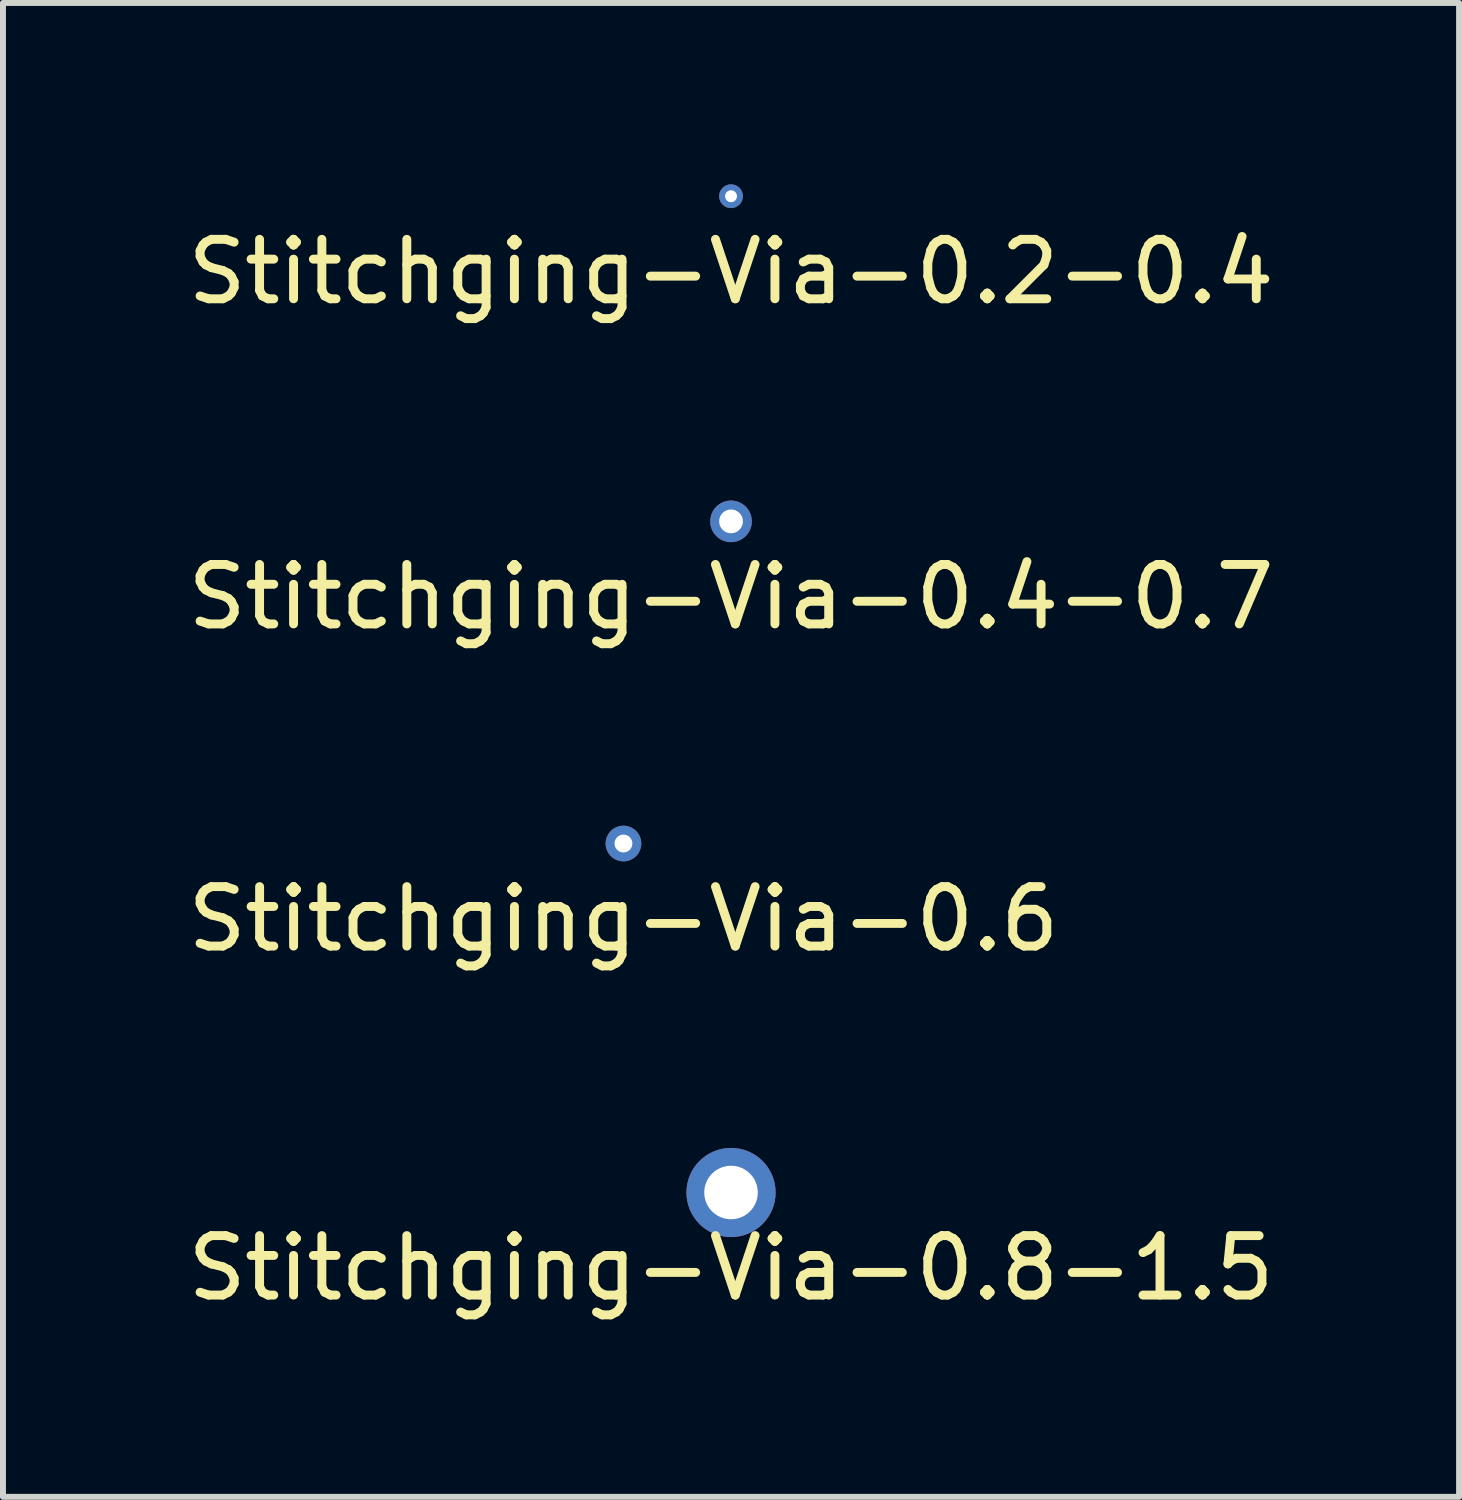
<source format=kicad_pcb>
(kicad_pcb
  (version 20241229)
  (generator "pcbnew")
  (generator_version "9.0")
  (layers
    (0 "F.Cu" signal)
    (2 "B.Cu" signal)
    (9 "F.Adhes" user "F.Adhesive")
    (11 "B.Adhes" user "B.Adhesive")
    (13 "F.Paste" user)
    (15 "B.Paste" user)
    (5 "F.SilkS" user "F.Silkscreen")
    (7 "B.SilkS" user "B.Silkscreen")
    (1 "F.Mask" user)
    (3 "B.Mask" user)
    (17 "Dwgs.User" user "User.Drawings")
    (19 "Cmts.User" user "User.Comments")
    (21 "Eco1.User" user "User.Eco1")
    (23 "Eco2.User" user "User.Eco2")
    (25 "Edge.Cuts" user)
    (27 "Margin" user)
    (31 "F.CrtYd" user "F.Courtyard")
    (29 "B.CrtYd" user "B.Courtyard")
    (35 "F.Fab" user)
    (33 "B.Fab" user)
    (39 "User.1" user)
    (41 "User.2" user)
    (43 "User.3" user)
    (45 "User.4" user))
  (footprint "Stitchging-Via-0.8-1.5"
    (layer "F.Cu")
    (at 9.244 17.005)
    (property "Reference" "Stitchging-Via-0.8-1.5" (at 0 1.27 0) (layer "F.SilkS") (effects (font (size 1 1) (thickness 0.15))))
    (attr through_hole)
    (pad "1" thru_hole circle (at 0 0) (size 1.5 1.5) (drill 0.9) (layers "*.Cu")))
  (footprint "Stitchging-Via-0.6"
    (layer "F.Cu")
    (at 7.435 11.136)
    (property "Reference" "Stitchging-Via-0.6" (at 0 1.27 0) (layer "F.SilkS") (effects (font (size 1 1) (thickness 0.15))))
    (attr through_hole)
    (pad "1" thru_hole circle (at 0 0) (size 0.6 0.6) (drill 0.3) (layers "*.Cu")))
  (footprint "Stitchging-Via-0.2-0.4"
    (layer "F.Cu")
    (at 9.244 0.25)
    (property "Reference" "Stitchging-Via-0.2-0.4" (at 0 1.27 0) (layer "F.SilkS") (effects (font (size 1 1) (thickness 0.15))))
    (attr through_hole)
    (pad "1" thru_hole circle (at 0 0) (size 0.4 0.4) (drill 0.2) (layers "*.Cu")))
  (footprint "Stitchging-Via-0.4-0.7"
    (layer "F.Cu")
    (at 9.244 5.718)
    (property "Reference" "Stitchging-Via-0.4-0.7" (at 0 1.27 0) (layer "F.SilkS") (effects (font (size 1 1) (thickness 0.15))))
    (attr through_hole)
    (pad "1" thru_hole circle (at 0 0) (size 0.7 0.7) (drill 0.4) (layers "*.Cu")))
  (gr_rect
    (start -3 -3)
    (end 21.488 22.123)
    (stroke (width 0.1) (type default))
    (fill no)
    (layer "Edge.Cuts")))
</source>
